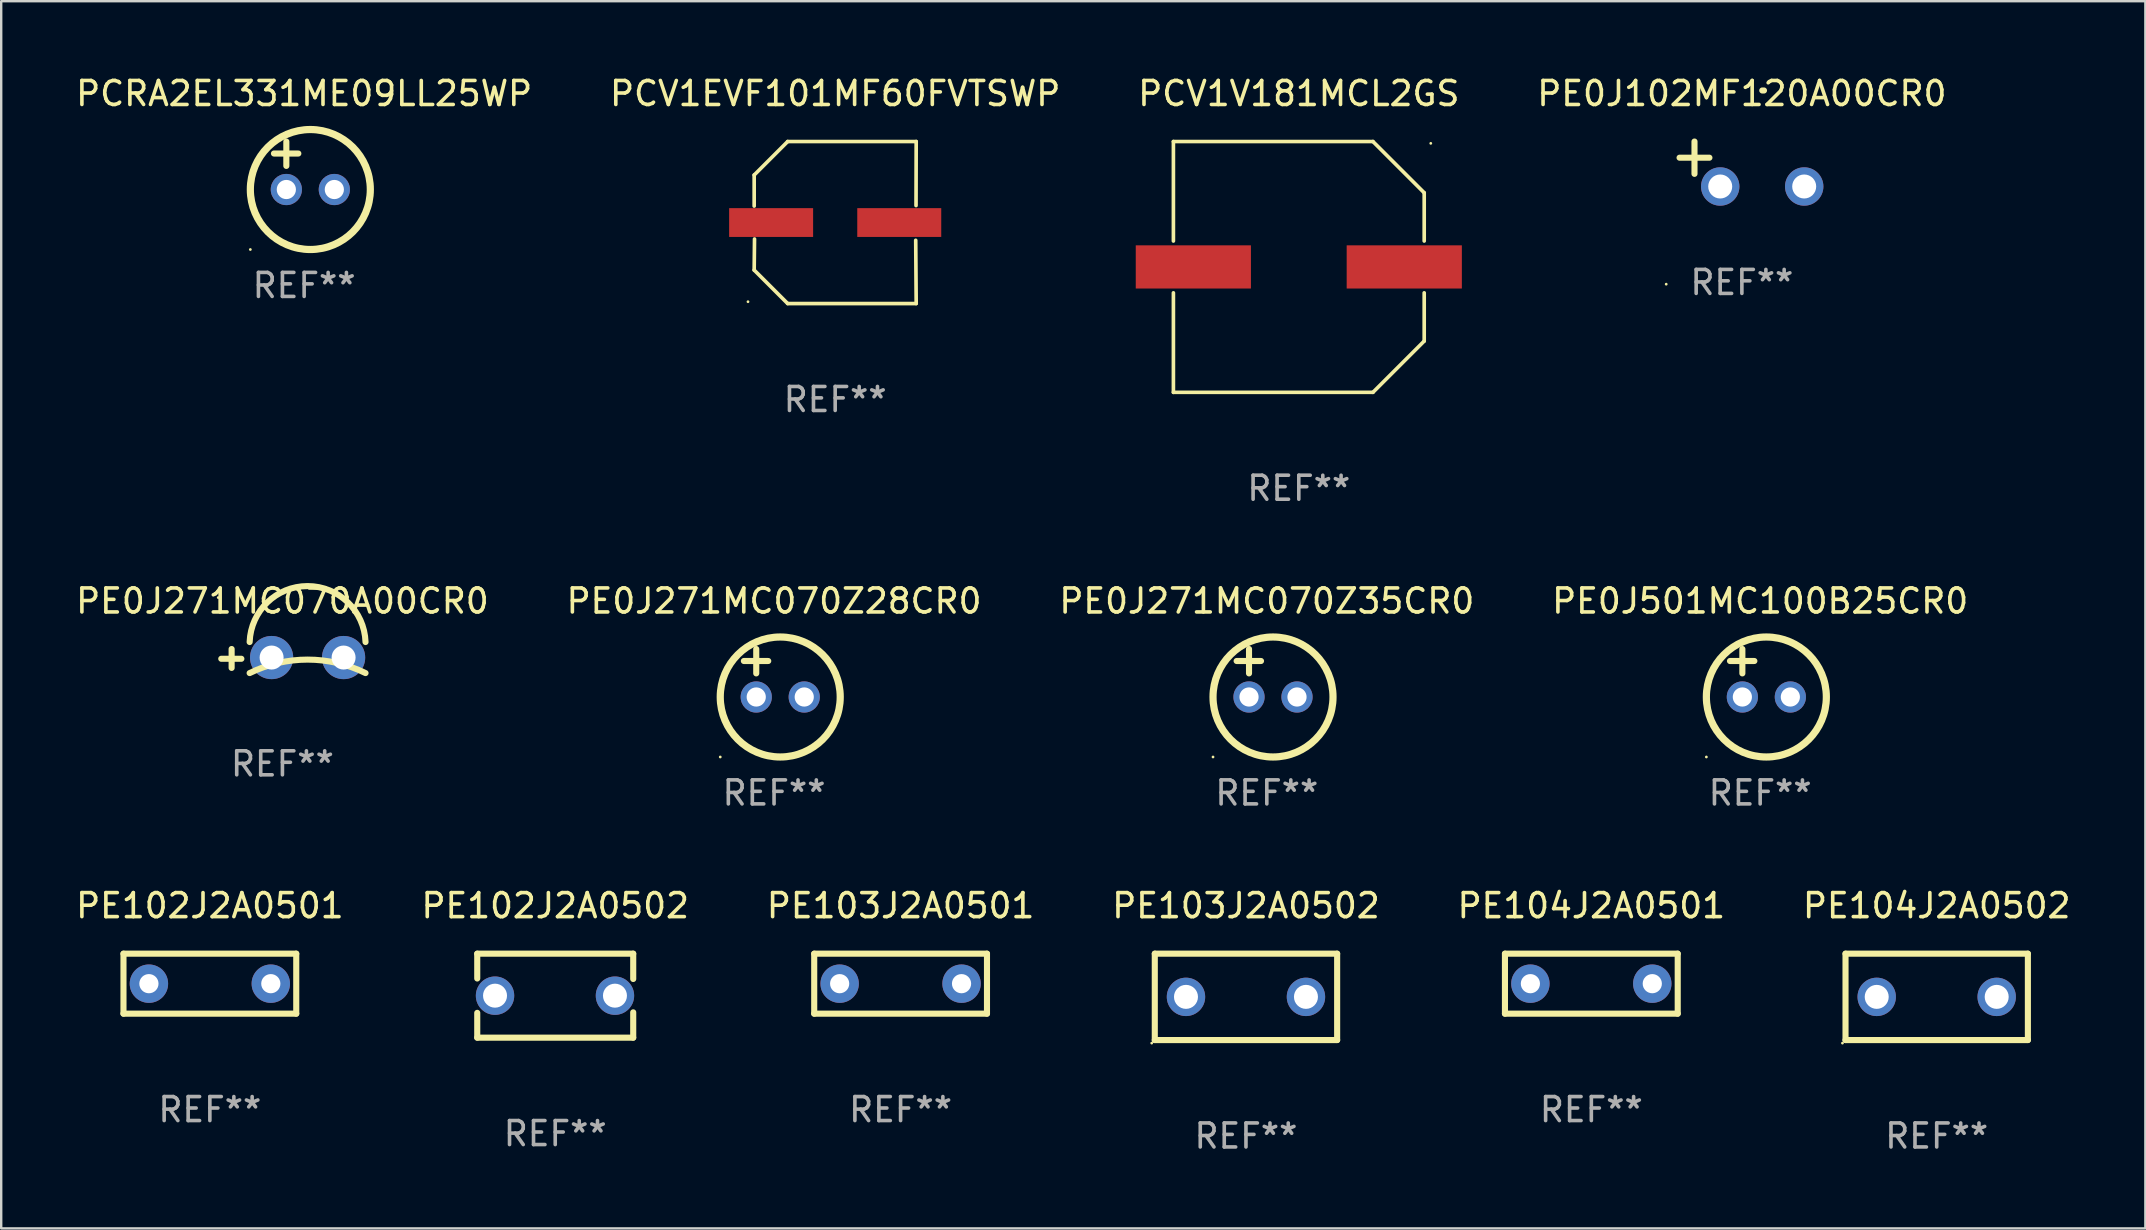
<source format=kicad_pcb>
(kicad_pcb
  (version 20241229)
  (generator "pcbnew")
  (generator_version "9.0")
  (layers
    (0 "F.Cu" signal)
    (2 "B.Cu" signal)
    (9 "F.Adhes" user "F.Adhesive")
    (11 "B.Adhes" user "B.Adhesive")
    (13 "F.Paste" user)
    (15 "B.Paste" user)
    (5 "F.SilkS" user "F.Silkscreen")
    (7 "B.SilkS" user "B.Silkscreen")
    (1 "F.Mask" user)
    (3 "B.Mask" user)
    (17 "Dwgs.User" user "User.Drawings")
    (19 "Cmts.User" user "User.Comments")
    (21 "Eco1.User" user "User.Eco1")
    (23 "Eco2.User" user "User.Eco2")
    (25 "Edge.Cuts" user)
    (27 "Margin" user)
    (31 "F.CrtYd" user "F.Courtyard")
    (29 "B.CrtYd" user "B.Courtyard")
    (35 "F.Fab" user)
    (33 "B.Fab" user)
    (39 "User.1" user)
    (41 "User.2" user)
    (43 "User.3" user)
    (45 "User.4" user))
  (footprint "PE0J271MC070Z35CR0"
    (layer "F.Cu")
    (at 49.744 24.997)
    (property "Reference" "PE0J271MC070Z35CR0" (at 0 -3 0) (layer "F.SilkS") (effects (font (size 1 1) (thickness 0.15))))
    (attr through_hole)
    (fp_line (start -1.258 -0.5) (end -0.242 -0.5) (stroke (width 0.254) (type solid)) (layer "F.SilkS"))
    (fp_line (start -0.742 -1) (end -0.742 0.016) (stroke (width 0.254) (type solid)) (layer "F.SilkS"))
    (fp_circle (center -2.242 3.5) (end -2.212 3.5) (stroke (width 0.06) (type solid)) (fill no) (layer "F.SilkS"))
    (fp_circle (center 0.258 1) (end 2.758 1) (stroke (width 0.3) (type solid)) (fill no) (layer "F.SilkS"))
    (fp_text user "REF**" (at 0 5 0) (layer "F.Fab") (effects (font (size 1 1) (thickness 0.15))))
    (pad "1" thru_hole circle (at -0.742 1) (size 1.3 1.3) (drill 0.8) (layers "*.Cu" "*.Mask"))
    (pad "2" thru_hole circle (at 1.258 1) (size 1.3 1.3) (drill 0.8) (layers "*.Cu" "*.Mask")))
  (footprint "PE0J501MC100B25CR0"
    (layer "F.Cu")
    (at 70.304 24.997)
    (property "Reference" "PE0J501MC100B25CR0" (at 0 -3 0) (layer "F.SilkS") (effects (font (size 1 1) (thickness 0.15))))
    (attr through_hole)
    (fp_line (start -1.258 -0.5) (end -0.242 -0.5) (stroke (width 0.254) (type solid)) (layer "F.SilkS"))
    (fp_line (start -0.742 -1) (end -0.742 0.016) (stroke (width 0.254) (type solid)) (layer "F.SilkS"))
    (fp_circle (center -2.242 3.5) (end -2.212 3.5) (stroke (width 0.06) (type solid)) (fill no) (layer "F.SilkS"))
    (fp_circle (center 0.258 1) (end 2.758 1) (stroke (width 0.3) (type solid)) (fill no) (layer "F.SilkS"))
    (fp_text user "REF**" (at 0 5 0) (layer "F.Fab") (effects (font (size 1 1) (thickness 0.15))))
    (pad "1" thru_hole circle (at -0.742 1) (size 1.3 1.3) (drill 0.8) (layers "*.Cu" "*.Mask"))
    (pad "2" thru_hole circle (at 1.258 1) (size 1.3 1.3) (drill 0.8) (layers "*.Cu" "*.Mask")))
  (footprint "PE103J2A0501"
    (layer "F.Cu")
    (at 34.482 37.944)
    (property "Reference" "PE103J2A0501" (at 0 -3.25 0) (layer "F.SilkS") (effects (font (size 1 1) (thickness 0.15))))
    (attr through_hole)
    (fp_line (start -3.6 -1.25) (end -3.6 1.25) (stroke (width 0.254) (type solid)) (layer "F.SilkS"))
    (fp_line (start -3.6 -1.25) (end 3.6 -1.25) (stroke (width 0.254) (type solid)) (layer "F.SilkS"))
    (fp_line (start 3.6 1.25) (end -3.6 1.25) (stroke (width 0.254) (type solid)) (layer "F.SilkS"))
    (fp_line (start 3.6 1.25) (end 3.6 -1.25) (stroke (width 0.254) (type solid)) (layer "F.SilkS"))
    (fp_circle (center -3.6 1.25) (end -3.57 1.25) (stroke (width 0.06) (type solid)) (fill no) (layer "F.SilkS"))
    (fp_text user "REF**" (at 0 5.25 0) (layer "F.Fab") (effects (font (size 1 1) (thickness 0.15))))
    (pad "1" thru_hole circle (at -2.54 0) (size 1.6 1.6) (drill 0.8) (layers "*.Cu" "*.Mask"))
    (pad "2" thru_hole circle (at 2.54 0) (size 1.6 1.6) (drill 0.8) (layers "*.Cu" "*.Mask")))
  (footprint "PCV1EVF101MF60FVTSWP"
    (layer "F.Cu")
    (at 31.756 6.224)
    (property "Reference" "PCV1EVF101MF60FVTSWP" (at 0 -5.376 0) (layer "F.SilkS") (effects (font (size 1 1) (thickness 0.15))))
    (attr through_hole)
    (fp_line (start -3.376 -1.98) (end -3.376 -0.686) (stroke (width 0.152) (type solid)) (layer "F.SilkS"))
    (fp_line (start -3.376 1.981) (end -3.362 0.686) (stroke (width 0.152) (type solid)) (layer "F.SilkS"))
    (fp_line (start -1.981 3.376) (end -3.376 1.981) (stroke (width 0.152) (type solid)) (layer "F.SilkS"))
    (fp_line (start -1.98 -3.376) (end -3.376 -1.98) (stroke (width 0.152) (type solid)) (layer "F.SilkS"))
    (fp_line (start 3.356 0.74) (end 3.376 3.376) (stroke (width 0.152) (type solid)) (layer "F.SilkS"))
    (fp_line (start 3.369 -0.707) (end 3.376 -3.376) (stroke (width 0.152) (type solid)) (layer "F.SilkS"))
    (fp_line (start 3.376 3.376) (end -1.981 3.376) (stroke (width 0.152) (type solid)) (layer "F.SilkS"))
    (fp_line (start 3.376 -3.376) (end -1.98 -3.376) (stroke (width 0.152) (type solid)) (layer "F.SilkS"))
    (fp_circle (center -3.634 3.3) (end -3.604 3.3) (stroke (width 0.06) (type solid)) (fill no) (layer "F.SilkS"))
    (fp_text user "REF**" (at 0 7.376 0) (layer "F.Fab") (effects (font (size 1 1) (thickness 0.15))))
    (pad "1" smd rect (at -2.67 0.000254) (size 3.5 1.2) (layers "F.Cu" "F.Mask" "F.Paste"))
    (pad "2" smd rect (at 2.67 0.000254) (size 3.5 1.2) (layers "F.Cu" "F.Mask" "F.Paste")))
  (footprint "PE104J2A0501"
    (layer "F.Cu")
    (at 63.268 37.944)
    (property "Reference" "PE104J2A0501" (at 0 -3.25 0) (layer "F.SilkS") (effects (font (size 1 1) (thickness 0.15))))
    (attr through_hole)
    (fp_line (start -3.6 -1.25) (end -3.6 1.25) (stroke (width 0.254) (type solid)) (layer "F.SilkS"))
    (fp_line (start -3.6 -1.25) (end 3.6 -1.25) (stroke (width 0.254) (type solid)) (layer "F.SilkS"))
    (fp_line (start 3.6 1.25) (end -3.6 1.25) (stroke (width 0.254) (type solid)) (layer "F.SilkS"))
    (fp_line (start 3.6 1.25) (end 3.6 -1.25) (stroke (width 0.254) (type solid)) (layer "F.SilkS"))
    (fp_circle (center -3.6 1.25) (end -3.57 1.25) (stroke (width 0.06) (type solid)) (fill no) (layer "F.SilkS"))
    (fp_text user "REF**" (at 0 5.25 0) (layer "F.Fab") (effects (font (size 1 1) (thickness 0.15))))
    (pad "1" thru_hole circle (at -2.54 0) (size 1.6 1.6) (drill 0.8) (layers "*.Cu" "*.Mask"))
    (pad "2" thru_hole circle (at 2.54 0) (size 1.6 1.6) (drill 0.8) (layers "*.Cu" "*.Mask")))
  (footprint "PE104J2A0502"
    (layer "F.Cu")
    (at 77.661 38.494)
    (property "Reference" "PE104J2A0502" (at 0 -3.8 0) (layer "F.SilkS") (effects (font (size 1 1) (thickness 0.15))))
    (attr through_hole)
    (fp_line (start -3.8 -1.8) (end 3.8 -1.8) (stroke (width 0.254) (type solid)) (layer "F.SilkS"))
    (fp_line (start -3.8 1.8) (end -3.8 -1.8) (stroke (width 0.254) (type solid)) (layer "F.SilkS"))
    (fp_line (start 3.8 -1.8) (end 3.8 1.8) (stroke (width 0.254) (type solid)) (layer "F.SilkS"))
    (fp_line (start 3.8 1.8) (end -3.8 1.8) (stroke (width 0.254) (type solid)) (layer "F.SilkS"))
    (fp_circle (center -3.927 1.927) (end -3.897 1.927) (stroke (width 0.06) (type solid)) (fill no) (layer "F.SilkS"))
    (fp_text user "REF**" (at 0 5.8 0) (layer "F.Fab") (effects (font (size 1 1) (thickness 0.15))))
    (pad "1" thru_hole circle (at -2.5 0) (size 1.6 1.6) (drill 1) (layers "*.Cu" "*.Mask"))
    (pad "2" thru_hole circle (at 2.5 0) (size 1.6 1.6) (drill 1) (layers "*.Cu" "*.Mask")))
  (footprint "PCRA2EL331ME09LL25WP"
    (layer "F.Cu")
    (at 9.625 3.848)
    (property "Reference" "PCRA2EL331ME09LL25WP" (at 0 -3 0) (layer "F.SilkS") (effects (font (size 1 1) (thickness 0.15))))
    (attr through_hole)
    (fp_line (start -1.258 -0.5) (end -0.242 -0.5) (stroke (width 0.254) (type solid)) (layer "F.SilkS"))
    (fp_line (start -0.742 -1) (end -0.742 0.016) (stroke (width 0.254) (type solid)) (layer "F.SilkS"))
    (fp_circle (center -2.242 3.5) (end -2.212 3.5) (stroke (width 0.06) (type solid)) (fill no) (layer "F.SilkS"))
    (fp_circle (center 0.258 1) (end 2.758 1) (stroke (width 0.3) (type solid)) (fill no) (layer "F.SilkS"))
    (fp_text user "REF**" (at 0 5 0) (layer "F.Fab") (effects (font (size 1 1) (thickness 0.15))))
    (pad "1" thru_hole circle (at -0.742 1) (size 1.3 1.3) (drill 0.8) (layers "*.Cu" "*.Mask"))
    (pad "2" thru_hole circle (at 1.258 1) (size 1.3 1.3) (drill 0.8) (layers "*.Cu" "*.Mask")))
  (footprint "PE102J2A0501"
    (layer "F.Cu")
    (at 5.696 37.944)
    (property "Reference" "PE102J2A0501" (at 0 -3.25 0) (layer "F.SilkS") (effects (font (size 1 1) (thickness 0.15))))
    (attr through_hole)
    (fp_line (start -3.6 -1.25) (end -3.6 1.25) (stroke (width 0.254) (type solid)) (layer "F.SilkS"))
    (fp_line (start -3.6 -1.25) (end 3.6 -1.25) (stroke (width 0.254) (type solid)) (layer "F.SilkS"))
    (fp_line (start 3.6 1.25) (end -3.6 1.25) (stroke (width 0.254) (type solid)) (layer "F.SilkS"))
    (fp_line (start 3.6 1.25) (end 3.6 -1.25) (stroke (width 0.254) (type solid)) (layer "F.SilkS"))
    (fp_circle (center -3.6 1.25) (end -3.57 1.25) (stroke (width 0.06) (type solid)) (fill no) (layer "F.SilkS"))
    (fp_text user "REF**" (at 0 5.25 0) (layer "F.Fab") (effects (font (size 1 1) (thickness 0.15))))
    (pad "1" thru_hole circle (at -2.54 0) (size 1.6 1.6) (drill 0.8) (layers "*.Cu" "*.Mask"))
    (pad "2" thru_hole circle (at 2.54 0) (size 1.6 1.6) (drill 0.8) (layers "*.Cu" "*.Mask")))
  (footprint "PE102J2A0502"
    (layer "F.Cu")
    (at 20.089 38.444)
    (property "Reference" "PE102J2A0502" (at 0 -3.75 0) (layer "F.SilkS") (effects (font (size 1 1) (thickness 0.15))))
    (attr through_hole)
    (fp_line (start -3.25 -1.75) (end -3.25 -0.716) (stroke (width 0.254) (type solid)) (layer "F.SilkS"))
    (fp_line (start -3.25 -1.75) (end 3.25 -1.75) (stroke (width 0.254) (type solid)) (layer "F.SilkS"))
    (fp_line (start -3.25 0.716) (end -3.25 1.75) (stroke (width 0.254) (type solid)) (layer "F.SilkS"))
    (fp_line (start 3.25 -1.75) (end 3.25 -0.695) (stroke (width 0.254) (type solid)) (layer "F.SilkS"))
    (fp_line (start 3.25 0.695) (end 3.25 1.75) (stroke (width 0.254) (type solid)) (layer "F.SilkS"))
    (fp_line (start 3.25 1.75) (end -3.25 1.75) (stroke (width 0.254) (type solid)) (layer "F.SilkS"))
    (fp_circle (center -3.26 1.75) (end -3.23 1.75) (stroke (width 0.06) (type solid)) (fill no) (layer "F.SilkS"))
    (fp_text user "REF**" (at 0 5.75 0) (layer "F.Fab") (effects (font (size 1 1) (thickness 0.15))))
    (pad "1" thru_hole circle (at -2.509 0) (size 1.6 1.6) (drill 1) (layers "*.Cu" "*.Mask"))
    (pad "2" thru_hole circle (at 2.489 0) (size 1.6 1.6) (drill 1) (layers "*.Cu" "*.Mask")))
  (footprint "PCV1V181MCL2GS"
    (layer "F.Cu")
    (at 51.077 8.074)
    (property "Reference" "PCV1V181MCL2GS" (at 0 -7.226 0) (layer "F.SilkS") (effects (font (size 1 1) (thickness 0.15))))
    (attr through_hole)
    (fp_line (start -5.226 -5.226) (end -5.226 -1.08) (stroke (width 0.152) (type solid)) (layer "F.SilkS"))
    (fp_line (start -5.226 -5.226) (end 3.09 -5.226) (stroke (width 0.152) (type solid)) (layer "F.SilkS"))
    (fp_line (start -5.226 1.08) (end -5.226 5.226) (stroke (width 0.152) (type solid)) (layer "F.SilkS"))
    (fp_line (start -5.226 5.226) (end 3.09 5.226) (stroke (width 0.152) (type solid)) (layer "F.SilkS"))
    (fp_line (start 3.09 -5.226) (end 5.226 -3.09) (stroke (width 0.152) (type solid)) (layer "F.SilkS"))
    (fp_line (start 3.09 5.226) (end 5.226 3.09) (stroke (width 0.152) (type solid)) (layer "F.SilkS"))
    (fp_line (start 5.226 -1.08) (end 5.226 -3.09) (stroke (width 0.152) (type solid)) (layer "F.SilkS"))
    (fp_line (start 5.226 3.09) (end 5.226 1.08) (stroke (width 0.152) (type solid)) (layer "F.SilkS"))
    (fp_circle (center 5.5 -5.15) (end 5.53 -5.15) (stroke (width 0.06) (type solid)) (fill no) (layer "F.SilkS"))
    (fp_text user "REF**" (at 0 9.226 0) (layer "F.Fab") (effects (font (size 1 1) (thickness 0.15))))
    (pad "1" smd rect (at 4.395 0 180) (size 4.8 1.8) (layers "F.Cu" "F.Mask" "F.Paste"))
    (pad "2" smd rect (at -4.395 0 180) (size 4.8 1.8) (layers "F.Cu" "F.Mask" "F.Paste")))
  (footprint "PE103J2A0502"
    (layer "F.Cu")
    (at 48.875 38.494)
    (property "Reference" "PE103J2A0502" (at 0 -3.8 0) (layer "F.SilkS") (effects (font (size 1 1) (thickness 0.15))))
    (attr through_hole)
    (fp_line (start -3.8 -1.8) (end 3.8 -1.8) (stroke (width 0.254) (type solid)) (layer "F.SilkS"))
    (fp_line (start -3.8 1.8) (end -3.8 -1.8) (stroke (width 0.254) (type solid)) (layer "F.SilkS"))
    (fp_line (start 3.8 -1.8) (end 3.8 1.8) (stroke (width 0.254) (type solid)) (layer "F.SilkS"))
    (fp_line (start 3.8 1.8) (end -3.8 1.8) (stroke (width 0.254) (type solid)) (layer "F.SilkS"))
    (fp_circle (center -3.927 1.927) (end -3.897 1.927) (stroke (width 0.06) (type solid)) (fill no) (layer "F.SilkS"))
    (fp_text user "REF**" (at 0 5.8 0) (layer "F.Fab") (effects (font (size 1 1) (thickness 0.15))))
    (pad "1" thru_hole circle (at -2.5 0) (size 1.6 1.6) (drill 1) (layers "*.Cu" "*.Mask"))
    (pad "2" thru_hole circle (at 2.5 0) (size 1.6 1.6) (drill 1) (layers "*.Cu" "*.Mask")))
  (footprint "PE0J271MC070A00CR0"
    (layer "F.Cu")
    (at 8.72 24.391)
    (property "Reference" "PE0J271MC070A00CR0" (at 0 -2.394 0) (layer "F.SilkS") (effects (font (size 1 1) (thickness 0.15))))
    (attr through_hole)
    (fp_line (start -2.117 0.394) (end -2.117 -0.394) (stroke (width 0.254) (type solid)) (layer "F.SilkS"))
    (fp_line (start -1.711 0.013) (end -2.549 0.013) (stroke (width 0.254) (type solid)) (layer "F.SilkS"))
    (fp_arc (start -1.366193 0.608941) (mid 1.048615 0.047743) (end 3.463424 0.60894) (stroke (width 0.254001) (type solid)) (layer "F.SilkS"))
    (fp_arc (start -1.366192 -0.685141) (mid 1.048616 -3.016259) (end 3.463424 -0.685141) (stroke (width 0.254001) (type solid)) (layer "F.SilkS"))
    (fp_circle (center -2.676 -2.538) (end -2.646 -2.538) (stroke (width 0.06) (type solid)) (fill no) (layer "F.SilkS"))
    (fp_text user "REF**" (at 0 4.394 0) (layer "F.Fab") (effects (font (size 1 1) (thickness 0.15))))
    (pad "1" thru_hole circle (at -0.451 -0.038) (size 1.8 1.8) (drill 1) (layers "*.Cu" "*.Mask"))
    (pad "2" thru_hole circle (at 2.549 -0.038) (size 1.8 1.8) (drill 1) (layers "*.Cu" "*.Mask")))
  (footprint "PE0J102MF120A00CR0"
    (layer "F.Cu")
    (at 69.542 3.785)
    (property "Reference" "PE0J102MF120A00CR0" (at 0 -2.937 0) (layer "F.SilkS") (effects (font (size 1 1) (thickness 0.15))))
    (attr through_hole)
    (fp_line (start -1.975 0.41) (end -1.975 -0.937) (stroke (width 0.254) (type solid)) (layer "F.SilkS"))
    (fp_line (start -1.353 -0.263) (end -2.597 -0.263) (stroke (width 0.254) (type solid)) (layer "F.SilkS"))
    (fp_arc (start 0.849809 -3.063957) (mid 0.885369 -3.064114) (end 0.920929 -3.063957) (stroke (width 0.254001) (type solid)) (layer "F.SilkS"))
    (fp_circle (center -3.154 5.008) (end -3.124 5.008) (stroke (width 0.06) (type solid)) (fill no) (layer "F.SilkS"))
    (fp_text user "REF**" (at 0 4.937 0) (layer "F.Fab") (effects (font (size 1 1) (thickness 0.15))))
    (pad "1" thru_hole circle (at -0.903 0.937) (size 1.6 1.6) (drill 1) (layers "*.Cu" "*.Mask"))
    (pad "2" thru_hole circle (at 2.597 0.937) (size 1.6 1.6) (drill 1) (layers "*.Cu" "*.Mask")))
  (footprint "PE0J271MC070Z28CR0"
    (layer "F.Cu")
    (at 29.208 24.997)
    (property "Reference" "PE0J271MC070Z28CR0" (at 0 -3 0) (layer "F.SilkS") (effects (font (size 1 1) (thickness 0.15))))
    (attr through_hole)
    (fp_line (start -1.258 -0.5) (end -0.242 -0.5) (stroke (width 0.254) (type solid)) (layer "F.SilkS"))
    (fp_line (start -0.742 -1) (end -0.742 0.016) (stroke (width 0.254) (type solid)) (layer "F.SilkS"))
    (fp_circle (center -2.242 3.5) (end -2.212 3.5) (stroke (width 0.06) (type solid)) (fill no) (layer "F.SilkS"))
    (fp_circle (center 0.258 1) (end 2.758 1) (stroke (width 0.3) (type solid)) (fill no) (layer "F.SilkS"))
    (fp_text user "REF**" (at 0 5 0) (layer "F.Fab") (effects (font (size 1 1) (thickness 0.15))))
    (pad "1" thru_hole circle (at -0.742 1) (size 1.3 1.3) (drill 0.8) (layers "*.Cu" "*.Mask"))
    (pad "2" thru_hole circle (at 1.258 1) (size 1.3 1.3) (drill 0.8) (layers "*.Cu" "*.Mask")))
  (gr_rect
    (start -3 -3)
    (end 86.357 48.142)
    (stroke (width 0.1) (type default))
    (fill no)
    (layer "Edge.Cuts")))
</source>
